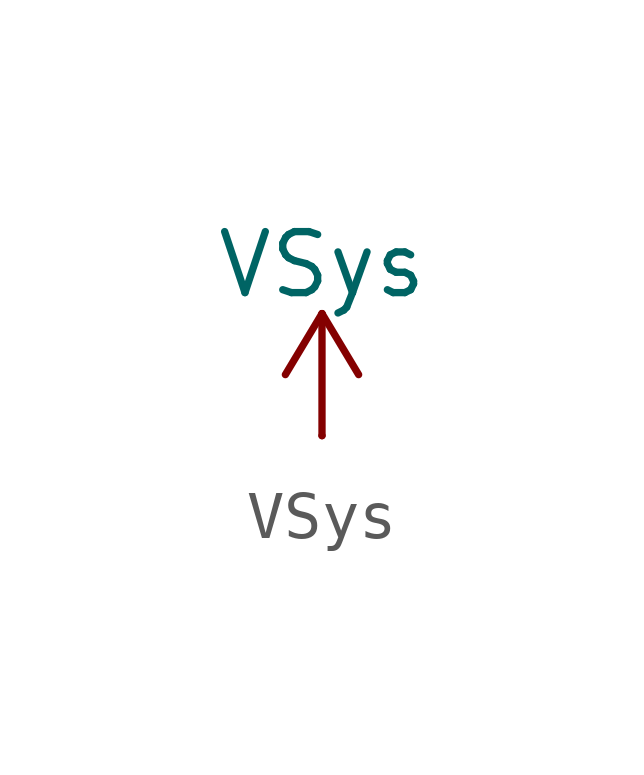
<source format=kicad_sym>
(kicad_symbol_lib
  (version 20231120)
  (generator "kicad_symbol_editor")
  (generator_version "8.0")
  (symbol "VSys"
    (power)
    (pin_numbers hide)
    (pin_names
      (offset 0) hide)
    (property "Reference" "#PWR"
      (at 0 -3.81 0)
      (effects (font (size 1.27 1.27)) (hide yes)))
    (property "Value" "VSys"
      (at 0 3.556 0)
      (effects (font (size 1.27 1.27))))
    (symbol "VSys_0_1"
      (polyline (pts (xy -0.762 1.27) (xy 0 2.54)) (stroke (width 0) (type default)) (fill (type none)))
      (polyline (pts (xy 0 0) (xy 0 2.54)) (stroke (width 0) (type default)) (fill (type none)))
      (polyline (pts (xy 0 2.54) (xy 0.762 1.27)) (stroke (width 0) (type default)) (fill (type none))))
    (symbol "VSys_1_1"
      (pin power_in line (at 0 0 90) (length 0) (name "~" (effects (font (size 1.27 1.27)))) (number "1" (effects (font (size 1.27 1.27))))))))
</source>
